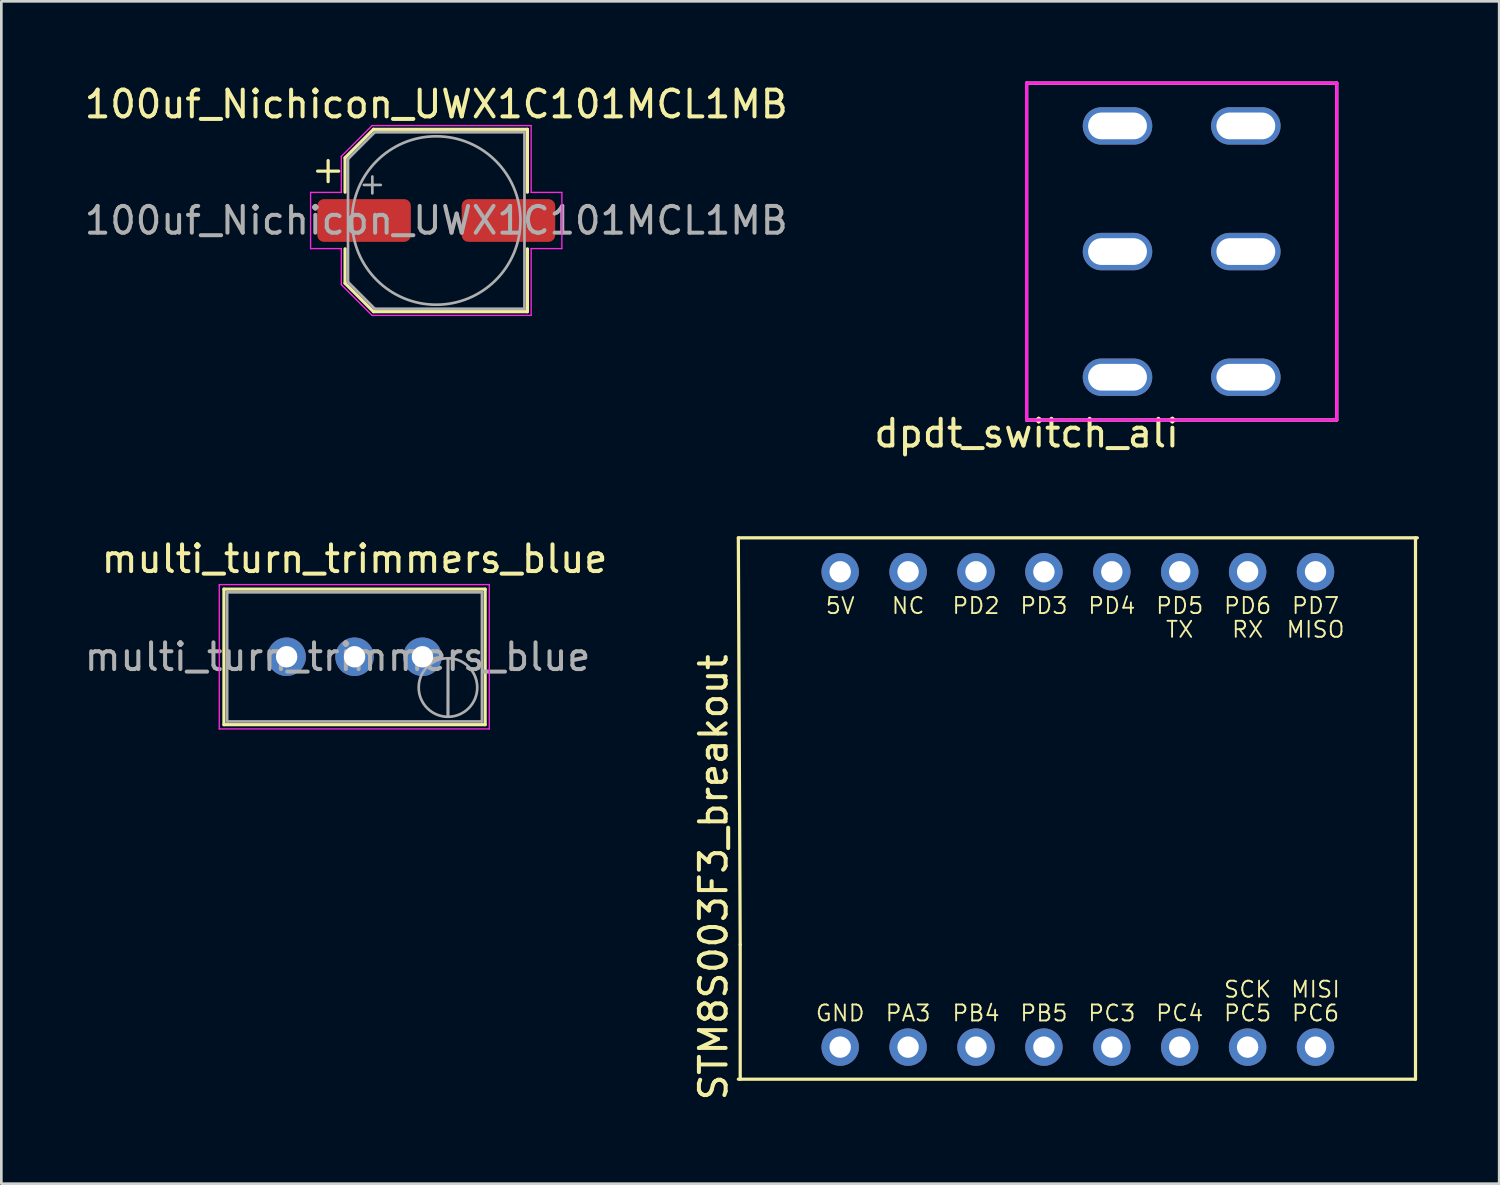
<source format=kicad_pcb>
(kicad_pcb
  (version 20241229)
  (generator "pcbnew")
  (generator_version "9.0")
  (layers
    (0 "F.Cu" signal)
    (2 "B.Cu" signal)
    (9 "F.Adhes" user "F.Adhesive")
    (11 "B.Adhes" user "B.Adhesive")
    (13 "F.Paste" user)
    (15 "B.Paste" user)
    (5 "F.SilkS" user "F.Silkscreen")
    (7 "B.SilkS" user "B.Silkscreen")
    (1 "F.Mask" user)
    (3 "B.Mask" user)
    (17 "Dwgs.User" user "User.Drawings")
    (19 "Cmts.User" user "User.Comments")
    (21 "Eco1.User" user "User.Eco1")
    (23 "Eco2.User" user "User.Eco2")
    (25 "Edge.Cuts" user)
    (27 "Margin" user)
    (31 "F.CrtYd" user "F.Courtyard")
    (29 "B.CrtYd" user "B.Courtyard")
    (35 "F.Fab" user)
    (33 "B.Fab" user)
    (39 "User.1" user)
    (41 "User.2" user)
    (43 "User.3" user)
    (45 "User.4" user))
  (footprint "multi_turn_trimmers_blue"
    (layer "F.Cu")
    (at 12.752 21.517)
    (property "Reference" "multi_turn_trimmers_blue" (at -2.54 -3.66 0) (layer "F.SilkS") (effects (font (size 1 1) (thickness 0.15))))
    (attr through_hole)
    (fp_line (start -7.425 -2.53) (end -7.425 2.54) (stroke (width 0.12) (type solid)) (layer "F.SilkS"))
    (fp_line (start -7.425 -2.53) (end 2.345 -2.53) (stroke (width 0.12) (type solid)) (layer "F.SilkS"))
    (fp_line (start -7.425 2.54) (end 2.345 2.54) (stroke (width 0.12) (type solid)) (layer "F.SilkS"))
    (fp_line (start 2.345 -2.53) (end 2.345 2.54) (stroke (width 0.12) (type solid)) (layer "F.SilkS"))
    (fp_line (start -7.6 -2.7) (end -7.6 2.7) (stroke (width 0.05) (type solid)) (layer "F.CrtYd"))
    (fp_line (start -7.6 2.7) (end 2.5 2.7) (stroke (width 0.05) (type solid)) (layer "F.CrtYd"))
    (fp_line (start 2.5 -2.7) (end -7.6 -2.7) (stroke (width 0.05) (type solid)) (layer "F.CrtYd"))
    (fp_line (start 2.5 2.7) (end 2.5 -2.7) (stroke (width 0.05) (type solid)) (layer "F.CrtYd"))
    (fp_line (start -7.305 -2.41) (end -7.305 2.42) (stroke (width 0.1) (type solid)) (layer "F.Fab"))
    (fp_line (start -7.305 2.42) (end 2.225 2.42) (stroke (width 0.1) (type solid)) (layer "F.Fab"))
    (fp_line (start 0.955 2.235) (end 0.956 0.066) (stroke (width 0.1) (type solid)) (layer "F.Fab"))
    (fp_line (start 0.955 2.235) (end 0.956 0.066) (stroke (width 0.1) (type solid)) (layer "F.Fab"))
    (fp_line (start 2.225 -2.41) (end -7.305 -2.41) (stroke (width 0.1) (type solid)) (layer "F.Fab"))
    (fp_line (start 2.225 2.42) (end 2.225 -2.41) (stroke (width 0.1) (type solid)) (layer "F.Fab"))
    (fp_circle (center 0.955 1.15) (end 2.05 1.15) (stroke (width 0.1) (type solid)) (fill no) (layer "F.Fab"))
    (fp_text user "${REFERENCE}" (at -3.175 0.005 0) (layer "F.Fab") (effects (font (size 1 1) (thickness 0.15))))
    (pad "1" thru_hole circle (at 0 0) (size 1.44 1.44) (drill 0.8) (layers "*.Cu" "*.Mask"))
    (pad "2" thru_hole circle (at -2.54 0) (size 1.44 1.44) (drill 0.8) (layers "*.Cu" "*.Mask"))
    (pad "3" thru_hole circle (at -5.08 0) (size 1.44 1.44) (drill 0.8) (layers "*.Cu" "*.Mask")))
  (footprint "100uf_Nichicon_UWX1C101MCL1MB"
    (layer "F.Cu")
    (at 13.268 5.198)
    (property "Reference" "100uf_Nichicon_UWX1C101MCL1MB" (at 0 -4.35 0) (layer "F.SilkS") (effects (font (size 1 1) (thickness 0.15))))
    (attr smd)
    (fp_line (start -4.438 -1.847) (end -3.65 -1.847) (stroke (width 0.12) (type solid)) (layer "F.SilkS"))
    (fp_line (start -4.044 -2.241) (end -4.044 -1.454) (stroke (width 0.12) (type solid)) (layer "F.SilkS"))
    (fp_line (start -3.41 -2.346) (end -3.41 -1.06) (stroke (width 0.12) (type solid)) (layer "F.SilkS"))
    (fp_line (start -3.41 -2.346) (end -2.346 -3.41) (stroke (width 0.12) (type solid)) (layer "F.SilkS"))
    (fp_line (start -3.41 2.346) (end -3.41 1.06) (stroke (width 0.12) (type solid)) (layer "F.SilkS"))
    (fp_line (start -3.41 2.346) (end -2.346 3.41) (stroke (width 0.12) (type solid)) (layer "F.SilkS"))
    (fp_line (start -2.346 -3.41) (end 3.41 -3.41) (stroke (width 0.12) (type solid)) (layer "F.SilkS"))
    (fp_line (start -2.346 3.41) (end 3.41 3.41) (stroke (width 0.12) (type solid)) (layer "F.SilkS"))
    (fp_line (start 3.41 -3.41) (end 3.41 -1.06) (stroke (width 0.12) (type solid)) (layer "F.SilkS"))
    (fp_line (start 3.41 3.41) (end 3.41 1.06) (stroke (width 0.12) (type solid)) (layer "F.SilkS"))
    (fp_line (start -4.7 -1.05) (end -4.7 1.05) (stroke (width 0.05) (type solid)) (layer "F.CrtYd"))
    (fp_line (start -4.7 1.05) (end -3.55 1.05) (stroke (width 0.05) (type solid)) (layer "F.CrtYd"))
    (fp_line (start -3.55 -2.4) (end -3.55 -1.05) (stroke (width 0.05) (type solid)) (layer "F.CrtYd"))
    (fp_line (start -3.55 -2.4) (end -2.4 -3.55) (stroke (width 0.05) (type solid)) (layer "F.CrtYd"))
    (fp_line (start -3.55 -1.05) (end -4.7 -1.05) (stroke (width 0.05) (type solid)) (layer "F.CrtYd"))
    (fp_line (start -3.55 1.05) (end -3.55 2.4) (stroke (width 0.05) (type solid)) (layer "F.CrtYd"))
    (fp_line (start -3.55 2.4) (end -2.4 3.55) (stroke (width 0.05) (type solid)) (layer "F.CrtYd"))
    (fp_line (start -2.4 -3.55) (end 3.55 -3.55) (stroke (width 0.05) (type solid)) (layer "F.CrtYd"))
    (fp_line (start -2.4 3.55) (end 3.55 3.55) (stroke (width 0.05) (type solid)) (layer "F.CrtYd"))
    (fp_line (start 3.55 -3.55) (end 3.55 -1.05) (stroke (width 0.05) (type solid)) (layer "F.CrtYd"))
    (fp_line (start 3.55 -1.05) (end 4.7 -1.05) (stroke (width 0.05) (type solid)) (layer "F.CrtYd"))
    (fp_line (start 3.55 1.05) (end 3.55 3.55) (stroke (width 0.05) (type solid)) (layer "F.CrtYd"))
    (fp_line (start 4.7 -1.05) (end 4.7 1.05) (stroke (width 0.05) (type solid)) (layer "F.CrtYd"))
    (fp_line (start 4.7 1.05) (end 3.55 1.05) (stroke (width 0.05) (type solid)) (layer "F.CrtYd"))
    (fp_line (start -3.3 -2.3) (end -3.3 2.3) (stroke (width 0.1) (type solid)) (layer "F.Fab"))
    (fp_line (start -3.3 -2.3) (end -2.3 -3.3) (stroke (width 0.1) (type solid)) (layer "F.Fab"))
    (fp_line (start -3.3 2.3) (end -2.3 3.3) (stroke (width 0.1) (type solid)) (layer "F.Fab"))
    (fp_line (start -2.705 -1.33) (end -2.075 -1.33) (stroke (width 0.1) (type solid)) (layer "F.Fab"))
    (fp_line (start -2.39 -1.645) (end -2.39 -1.015) (stroke (width 0.1) (type solid)) (layer "F.Fab"))
    (fp_line (start -2.3 -3.3) (end 3.3 -3.3) (stroke (width 0.1) (type solid)) (layer "F.Fab"))
    (fp_line (start -2.3 3.3) (end 3.3 3.3) (stroke (width 0.1) (type solid)) (layer "F.Fab"))
    (fp_line (start 3.3 -3.3) (end 3.3 3.3) (stroke (width 0.1) (type solid)) (layer "F.Fab"))
    (fp_circle (center 0 0) (end 3.15 0) (stroke (width 0.1) (type solid)) (fill no) (layer "F.Fab"))
    (fp_text user "${REFERENCE}" (at 0 0 0) (layer "F.Fab") (effects (font (size 1 1) (thickness 0.15))))
    (pad "1" smd roundrect (at -2.7 0) (size 3.5 1.6) (layers "F.Cu" "F.Mask" "F.Paste") (roundrect_rratio 0.156))
    (pad "2" smd roundrect (at 2.7 0) (size 3.5 1.6) (layers "F.Cu" "F.Mask" "F.Paste") (roundrect_rratio 0.156)))
  (footprint "STM8S003F3_breakout"
    (layer "F.Cu")
    (at 37.268 29.768)
    (property "Reference" "STM8S003F3_breakout" (at -13.63 0 90) (layer "F.SilkS") (effects (font (size 1 1) (thickness 0.15))))
    (attr through_hole)
    (fp_line (start -12.7 7.55) (end 12.63 7.55) (stroke (width 0.12) (type solid)) (layer "F.SilkS"))
    (fp_line (start -12.63 2.517) (end -12.7 -12.7) (stroke (width 0.12) (type solid)) (layer "F.SilkS"))
    (fp_line (start -12.63 2.517) (end -12.63 7.55) (stroke (width 0.12) (type solid)) (layer "F.SilkS"))
    (fp_line (start 12.63 7.55) (end 12.63 -12.7) (stroke (width 0.12) (type solid)) (layer "F.SilkS"))
    (fp_line (start 12.7 -12.7) (end -12.7 -12.7) (stroke (width 0.12) (type solid)) (layer "F.SilkS"))
    (fp_text user "PC6" (at 8.89 5.08 0) (layer "F.SilkS") (effects (font (size 0.6 0.6) (thickness 0.07))))
    (fp_text user "PD5" (at 3.81 -10.16 180) (layer "F.SilkS") (effects (font (size 0.6 0.6) (thickness 0.07))))
    (fp_text user "TX" (at 3.81 -9.271 180) (layer "F.SilkS") (effects (font (size 0.6 0.6) (thickness 0.07))))
    (fp_text user "5V" (at -8.89 -10.16 180) (layer "F.SilkS") (effects (font (size 0.6 0.6) (thickness 0.07))))
    (fp_text user "RX" (at 6.35 -9.271 180) (layer "F.SilkS") (effects (font (size 0.6 0.6) (thickness 0.07))))
    (fp_text user "PD3" (at -1.27 -10.16 180) (layer "F.SilkS") (effects (font (size 0.6 0.6) (thickness 0.07))))
    (fp_text user "PB5" (at -1.27 5.08 0) (layer "F.SilkS") (effects (font (size 0.6 0.6) (thickness 0.07))))
    (fp_text user "PD2" (at -3.81 -10.16 180) (layer "F.SilkS") (effects (font (size 0.6 0.6) (thickness 0.07))))
    (fp_text user "MISI" (at 8.89 4.191 0) (layer "F.SilkS") (effects (font (size 0.6 0.6) (thickness 0.07))))
    (fp_text user "PC3" (at 1.27 5.08 0) (layer "F.SilkS") (effects (font (size 0.6 0.6) (thickness 0.07))))
    (fp_text user "NC" (at -6.35 -10.16 180) (layer "F.SilkS") (effects (font (size 0.6 0.6) (thickness 0.07))))
    (fp_text user "PA3" (at -6.35 5.08 0) (layer "F.SilkS") (effects (font (size 0.6 0.6) (thickness 0.07))))
    (fp_text user "PD4" (at 1.27 -10.16 180) (layer "F.SilkS") (effects (font (size 0.6 0.6) (thickness 0.07))))
    (fp_text user "GND" (at -8.89 5.08 0) (layer "F.SilkS") (effects (font (size 0.6 0.6) (thickness 0.07))))
    (fp_text user "PC5" (at 6.35 5.08 0) (layer "F.SilkS") (effects (font (size 0.6 0.6) (thickness 0.07))))
    (fp_text user "PB4" (at -3.81 5.08 0) (layer "F.SilkS") (effects (font (size 0.6 0.6) (thickness 0.07))))
    (fp_text user "SCK" (at 6.35 4.191 0) (layer "F.SilkS") (effects (font (size 0.6 0.6) (thickness 0.07))))
    (fp_text user "PD7" (at 8.89 -10.16 180) (layer "F.SilkS") (effects (font (size 0.6 0.6) (thickness 0.07))))
    (fp_text user "PC4" (at 3.81 5.08 0) (layer "F.SilkS") (effects (font (size 0.6 0.6) (thickness 0.07))))
    (fp_text user "MISO" (at 8.89 -9.271 180) (layer "F.SilkS") (effects (font (size 0.6 0.6) (thickness 0.07))))
    (fp_text user "PD6" (at 6.35 -10.16 180) (layer "F.SilkS") (effects (font (size 0.6 0.6) (thickness 0.07))))
    (pad "1" thru_hole circle (at -8.89 6.35) (size 1.4 1.4) (drill 0.8) (layers "*.Cu" "*.Mask"))
    (pad "2" thru_hole circle (at -6.35 6.35) (size 1.4 1.4) (drill 0.8) (layers "*.Cu" "*.Mask"))
    (pad "3" thru_hole circle (at -3.81 6.35) (size 1.4 1.4) (drill 0.8) (layers "*.Cu" "*.Mask"))
    (pad "4" thru_hole circle (at -1.27 6.35) (size 1.4 1.4) (drill 0.8) (layers "*.Cu" "*.Mask"))
    (pad "5" thru_hole circle (at 1.27 6.35) (size 1.4 1.4) (drill 0.8) (layers "*.Cu" "*.Mask"))
    (pad "6" thru_hole circle (at 3.81 6.35) (size 1.4 1.4) (drill 0.8) (layers "*.Cu" "*.Mask"))
    (pad "7" thru_hole circle (at 6.35 6.35) (size 1.4 1.4) (drill 0.8) (layers "*.Cu" "*.Mask"))
    (pad "8" thru_hole circle (at 8.89 6.35) (size 1.4 1.4) (drill 0.8) (layers "*.Cu" "*.Mask"))
    (pad "9" thru_hole circle (at 8.89 -11.43) (size 1.4 1.4) (drill 0.8) (layers "*.Cu" "*.Mask"))
    (pad "10" thru_hole circle (at 6.35 -11.43) (size 1.4 1.4) (drill 0.8) (layers "*.Cu" "*.Mask"))
    (pad "11" thru_hole circle (at 3.81 -11.43) (size 1.4 1.4) (drill 0.8) (layers "*.Cu" "*.Mask"))
    (pad "12" thru_hole circle (at 1.27 -11.43) (size 1.4 1.4) (drill 0.8) (layers "*.Cu" "*.Mask"))
    (pad "13" thru_hole circle (at -1.27 -11.43) (size 1.4 1.4) (drill 0.8) (layers "*.Cu" "*.Mask"))
    (pad "14" thru_hole circle (at -3.81 -11.43) (size 1.4 1.4) (drill 0.8) (layers "*.Cu" "*.Mask"))
    (pad "15" thru_hole circle (at -6.35 -11.43) (size 1.4 1.4) (drill 0.8) (layers "*.Cu" "*.Mask"))
    (pad "16" thru_hole circle (at -8.89 -11.43) (size 1.4 1.4) (drill 0.8) (layers "*.Cu" "*.Mask")))
  (footprint "dpdt_switch_ali"
    (layer "F.Cu")
    (at 35.351 12.66)
    (property "Reference" "dpdt_switch_ali" (at 0 0.5 0) (layer "F.SilkS") (effects (font (size 1 1) (thickness 0.15))))
    (attr through_hole)
    (fp_line (start 0 -12.6) (end 0 0) (stroke (width 0.12) (type solid)) (layer "F.SilkS"))
    (fp_line (start 0 0) (end 11.6 0) (stroke (width 0.12) (type solid)) (layer "F.SilkS"))
    (fp_line (start 11.6 -12.6) (end 0 -12.6) (stroke (width 0.12) (type solid)) (layer "F.SilkS"))
    (fp_line (start 11.6 0) (end 11.6 -12.6) (stroke (width 0.12) (type solid)) (layer "F.SilkS"))
    (fp_line (start 0 0) (end 0 -12.6) (stroke (width 0.12) (type solid)) (layer "F.CrtYd"))
    (fp_line (start 0 0) (end 11.6 0) (stroke (width 0.12) (type solid)) (layer "F.CrtYd"))
    (fp_line (start 11.6 -12.6) (end 0 -12.6) (stroke (width 0.12) (type solid)) (layer "F.CrtYd"))
    (fp_line (start 11.6 0) (end 11.6 -12.6) (stroke (width 0.12) (type solid)) (layer "F.CrtYd"))
    (pad "1" thru_hole oval (at 3.4 -11) (size 2.6 1.4) (drill oval 2.2 1) (layers "*.Cu" "*.Mask"))
    (pad "2" thru_hole oval (at 3.4 -6.3) (size 2.6 1.4) (drill oval 2.2 1) (layers "*.Cu" "*.Mask"))
    (pad "3" thru_hole oval (at 3.4 -1.6) (size 2.6 1.4) (drill oval 2.2 1) (layers "*.Cu" "*.Mask"))
    (pad "4" thru_hole oval (at 8.2 -11) (size 2.6 1.4) (drill oval 2.2 1) (layers "*.Cu" "*.Mask"))
    (pad "5" thru_hole oval (at 8.2 -6.3) (size 2.6 1.4) (drill oval 2.2 1) (layers "*.Cu" "*.Mask"))
    (pad "6" thru_hole oval (at 8.2 -1.6) (size 2.6 1.4) (drill oval 2.2 1) (layers "*.Cu" "*.Mask")))
  (gr_rect
    (start -3 -3)
    (end 53.028 41.227)
    (stroke (width 0.1) (type default))
    (fill no)
    (layer "Edge.Cuts")))
</source>
